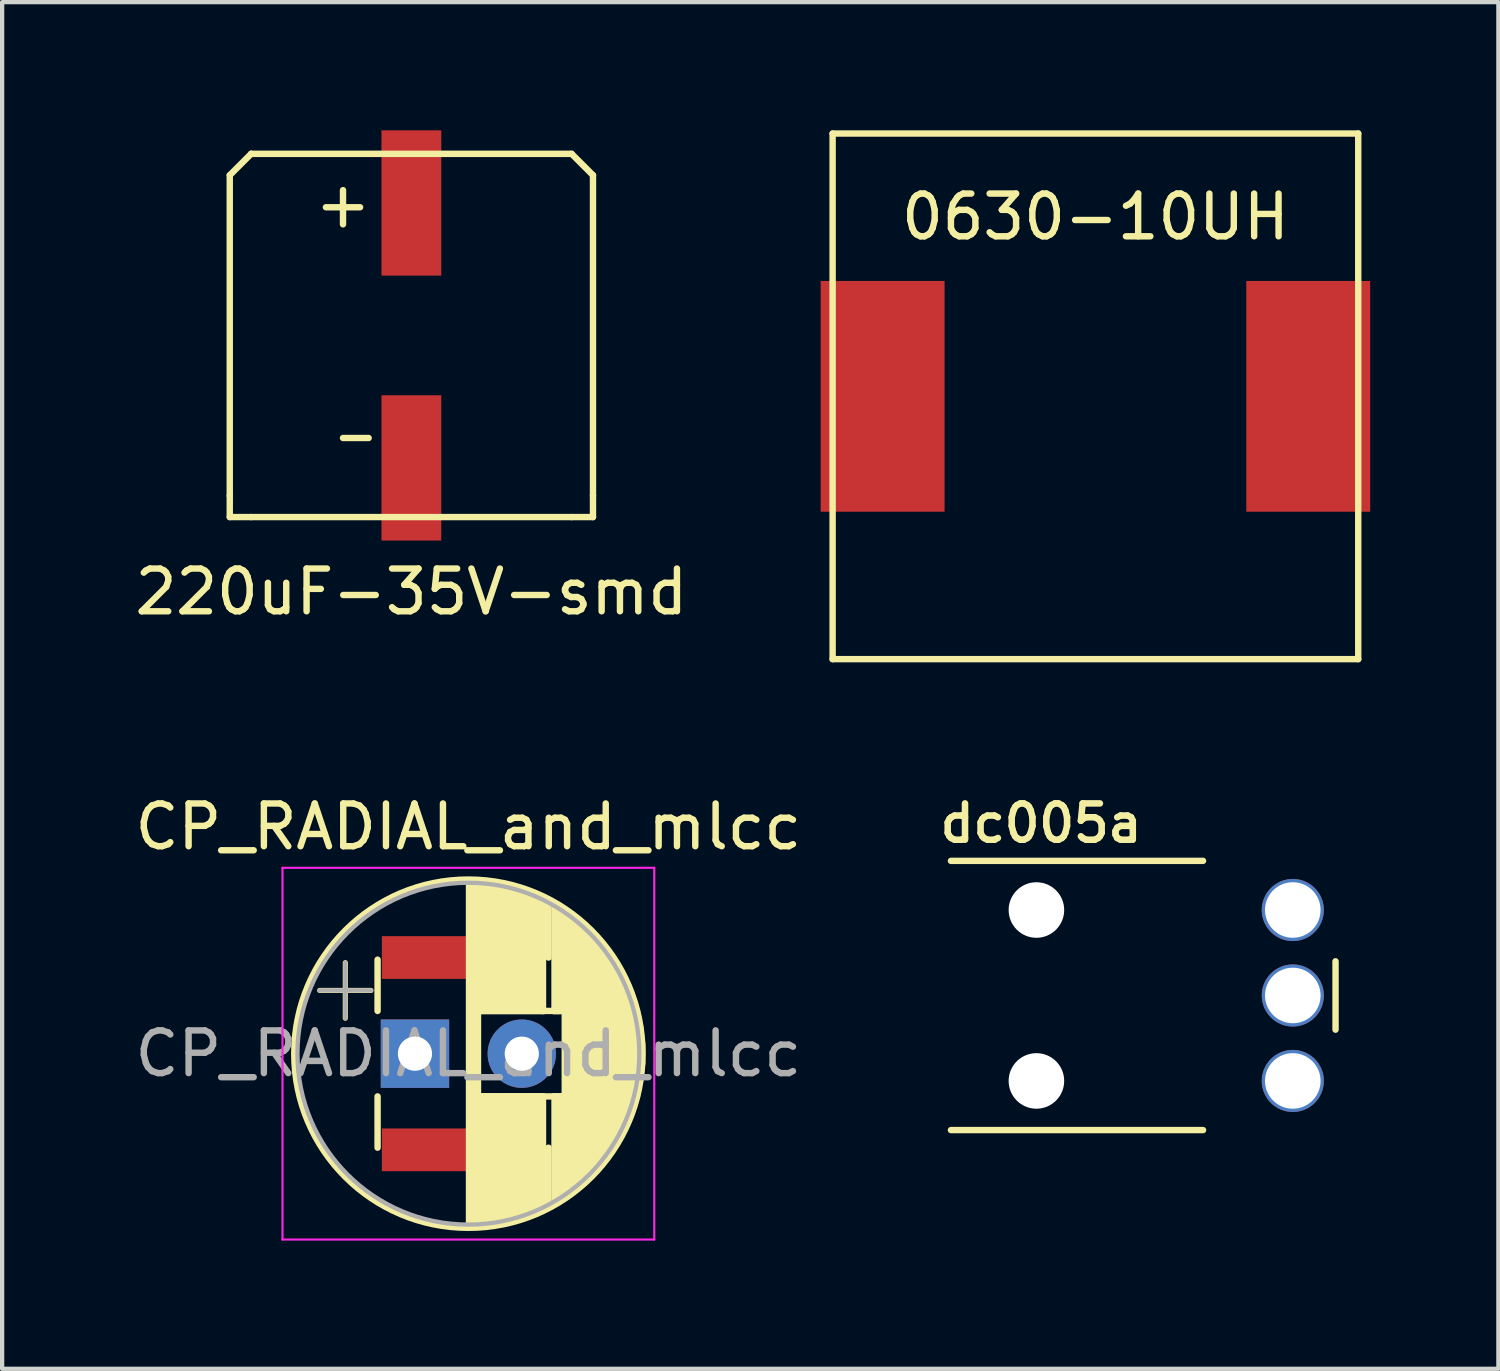
<source format=kicad_pcb>
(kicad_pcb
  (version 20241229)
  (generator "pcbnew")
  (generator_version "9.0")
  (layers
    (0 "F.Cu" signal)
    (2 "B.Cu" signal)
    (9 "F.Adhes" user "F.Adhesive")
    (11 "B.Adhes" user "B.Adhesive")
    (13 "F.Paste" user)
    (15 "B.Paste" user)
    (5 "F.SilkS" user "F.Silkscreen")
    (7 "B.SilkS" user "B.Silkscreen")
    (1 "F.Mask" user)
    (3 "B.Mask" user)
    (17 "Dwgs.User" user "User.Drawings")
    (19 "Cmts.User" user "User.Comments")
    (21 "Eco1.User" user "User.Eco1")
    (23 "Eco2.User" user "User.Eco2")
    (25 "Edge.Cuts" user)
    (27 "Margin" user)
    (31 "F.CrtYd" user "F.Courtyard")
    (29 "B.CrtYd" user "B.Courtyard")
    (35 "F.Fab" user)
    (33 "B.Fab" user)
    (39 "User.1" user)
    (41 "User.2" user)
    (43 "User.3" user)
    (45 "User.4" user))
  (footprint "dc005a"
    (layer "F.Cu")
    (at 21.204 22.246)
    (property "Reference" "dc005a" (at 0.11 -6.03 180) (layer "F.SilkS") (effects (font (size 0.85 0.85) (thickness 0.153))))
    (attr through_hole)
    (fp_line (start -2 -5.15) (end 3.9 -5.15) (stroke (width 0.15) (type solid)) (layer "F.SilkS"))
    (fp_line (start -2 1.15) (end 3.9 1.15) (stroke (width 0.15) (type solid)) (layer "F.SilkS"))
    (fp_line (start 7 -1.2) (end 7 -2.8) (stroke (width 0.15) (type solid)) (layer "F.SilkS"))
    (pad "" np_thru_hole circle (at 0 -4) (size 1.3 1.3) (drill 1.3) (layers "*.Cu" "*.Mask"))
    (pad "" np_thru_hole circle (at 0 0) (size 1.3 1.3) (drill 1.3) (layers "*.Cu" "*.Mask"))
    (pad "1" thru_hole circle (at 6 -2) (size 1.453 1.453) (drill 1.3) (layers "*.Cu" "*.Mask"))
    (pad "2" thru_hole circle (at 6 0) (size 1.453 1.453) (drill 1.3) (layers "*.Cu" "*.Mask"))
    (pad "3" thru_hole circle (at 6 -4) (size 1.453 1.453) (drill 1.3) (layers "*.Cu" "*.Mask")))
  (footprint "220uF-35V-smd"
    (layer "F.Cu")
    (at 6.577 4.8)
    (property "Reference" "220uF-35V-smd" (at 0 6 0) (layer "F.SilkS") (effects (font (size 1 1) (thickness 0.15))))
    (attr through_hole)
    (fp_line (start -4.25 -3.75) (end -4.25 3.75) (stroke (width 0.15) (type solid)) (layer "F.SilkS"))
    (fp_line (start -4.25 3.75) (end -4.25 4.25) (stroke (width 0.15) (type solid)) (layer "F.SilkS"))
    (fp_line (start -4.25 4.25) (end -3.75 4.25) (stroke (width 0.15) (type solid)) (layer "F.SilkS"))
    (fp_line (start -3.75 -4.25) (end -4.25 -3.75) (stroke (width 0.15) (type solid)) (layer "F.SilkS"))
    (fp_line (start -3.75 -4.25) (end -3.75 -4.25) (stroke (width 0.15) (type solid)) (layer "F.SilkS"))
    (fp_line (start -3.75 4.25) (end 3.75 4.25) (stroke (width 0.15) (type solid)) (layer "F.SilkS"))
    (fp_line (start -2 -3) (end -1.2 -3) (stroke (width 0.15) (type solid)) (layer "F.SilkS"))
    (fp_line (start -1.6 -3.4) (end -1.6 -2.6) (stroke (width 0.15) (type solid)) (layer "F.SilkS"))
    (fp_line (start -1.6 2.4) (end -1 2.4) (stroke (width 0.15) (type solid)) (layer "F.SilkS"))
    (fp_line (start 3.75 -4.25) (end -3.75 -4.25) (stroke (width 0.15) (type solid)) (layer "F.SilkS"))
    (fp_line (start 3.75 -4.25) (end 4.25 -3.75) (stroke (width 0.15) (type solid)) (layer "F.SilkS"))
    (fp_line (start 3.75 4.25) (end 4.25 4.25) (stroke (width 0.15) (type solid)) (layer "F.SilkS"))
    (fp_line (start 4.25 3.75) (end 4.25 -3.75) (stroke (width 0.15) (type solid)) (layer "F.SilkS"))
    (fp_line (start 4.25 4.25) (end 4.25 3.75) (stroke (width 0.15) (type solid)) (layer "F.SilkS"))
    (pad "1" smd rect (at 0 -3.1) (size 1.4 3.4) (layers "F.Cu" "F.Mask" "F.Paste"))
    (pad "2" smd rect (at 0 3.1) (size 1.4 3.4) (layers "F.Cu" "F.Mask" "F.Paste")))
  (footprint "CP_RADIAL_and_mlcc"
    (layer "F.Cu")
    (at 6.666 21.608)
    (property "Reference" "CP_RADIAL_and_mlcc" (at 1.245 -5.31 0) (layer "F.SilkS") (effects (font (size 1 1) (thickness 0.15))))
    (attr through_hole)
    (fp_line (start -2.235 -1.48) (end -1.035 -1.48) (stroke (width 0.12) (type solid)) (layer "F.SilkS"))
    (fp_line (start -1.635 -2.13) (end -1.635 -0.83) (stroke (width 0.12) (type solid)) (layer "F.SilkS"))
    (fp_line (start -0.88 -2.2) (end -0.88 -1) (stroke (width 0.15) (type solid)) (layer "F.SilkS"))
    (fp_line (start -0.88 1) (end -0.88 2.2) (stroke (width 0.15) (type solid)) (layer "F.SilkS"))
    (fp_line (start 1.245 -4.05) (end 1.245 4.05) (stroke (width 0.12) (type solid)) (layer "F.SilkS"))
    (fp_line (start 1.285 -4.05) (end 1.285 4.05) (stroke (width 0.12) (type solid)) (layer "F.SilkS"))
    (fp_line (start 1.325 -4.05) (end 1.325 4.05) (stroke (width 0.12) (type solid)) (layer "F.SilkS"))
    (fp_line (start 1.365 -4.049) (end 1.365 4.049) (stroke (width 0.12) (type solid)) (layer "F.SilkS"))
    (fp_line (start 1.405 -4.047) (end 1.405 4.047) (stroke (width 0.12) (type solid)) (layer "F.SilkS"))
    (fp_line (start 1.445 -4.046) (end 1.445 4.046) (stroke (width 0.12) (type solid)) (layer "F.SilkS"))
    (fp_line (start 1.485 -4.043) (end 1.485 4.043) (stroke (width 0.12) (type solid)) (layer "F.SilkS"))
    (fp_line (start 1.525 -4.041) (end 1.525 -0.98) (stroke (width 0.12) (type solid)) (layer "F.SilkS"))
    (fp_line (start 1.525 0.98) (end 1.525 4.041) (stroke (width 0.12) (type solid)) (layer "F.SilkS"))
    (fp_line (start 1.565 -4.038) (end 1.565 -0.98) (stroke (width 0.12) (type solid)) (layer "F.SilkS"))
    (fp_line (start 1.565 0.98) (end 1.565 4.038) (stroke (width 0.12) (type solid)) (layer "F.SilkS"))
    (fp_line (start 1.605 -4.035) (end 1.605 -0.98) (stroke (width 0.12) (type solid)) (layer "F.SilkS"))
    (fp_line (start 1.605 0.98) (end 1.605 4.035) (stroke (width 0.12) (type solid)) (layer "F.SilkS"))
    (fp_line (start 1.645 -4.031) (end 1.645 -0.98) (stroke (width 0.12) (type solid)) (layer "F.SilkS"))
    (fp_line (start 1.645 0.98) (end 1.645 4.031) (stroke (width 0.12) (type solid)) (layer "F.SilkS"))
    (fp_line (start 1.685 -4.027) (end 1.685 -0.98) (stroke (width 0.12) (type solid)) (layer "F.SilkS"))
    (fp_line (start 1.685 0.98) (end 1.685 4.027) (stroke (width 0.12) (type solid)) (layer "F.SilkS"))
    (fp_line (start 1.725 -4.022) (end 1.725 -0.98) (stroke (width 0.12) (type solid)) (layer "F.SilkS"))
    (fp_line (start 1.725 0.98) (end 1.725 4.022) (stroke (width 0.12) (type solid)) (layer "F.SilkS"))
    (fp_line (start 1.765 -4.017) (end 1.765 -0.98) (stroke (width 0.12) (type solid)) (layer "F.SilkS"))
    (fp_line (start 1.765 0.98) (end 1.765 4.017) (stroke (width 0.12) (type solid)) (layer "F.SilkS"))
    (fp_line (start 1.805 -4.012) (end 1.805 -0.98) (stroke (width 0.12) (type solid)) (layer "F.SilkS"))
    (fp_line (start 1.805 0.98) (end 1.805 4.012) (stroke (width 0.12) (type solid)) (layer "F.SilkS"))
    (fp_line (start 1.845 -4.006) (end 1.845 -0.98) (stroke (width 0.12) (type solid)) (layer "F.SilkS"))
    (fp_line (start 1.845 0.98) (end 1.845 4.006) (stroke (width 0.12) (type solid)) (layer "F.SilkS"))
    (fp_line (start 1.885 -4) (end 1.885 -0.98) (stroke (width 0.12) (type solid)) (layer "F.SilkS"))
    (fp_line (start 1.885 0.98) (end 1.885 4) (stroke (width 0.12) (type solid)) (layer "F.SilkS"))
    (fp_line (start 1.925 -3.994) (end 1.925 -0.98) (stroke (width 0.12) (type solid)) (layer "F.SilkS"))
    (fp_line (start 1.925 0.98) (end 1.925 3.994) (stroke (width 0.12) (type solid)) (layer "F.SilkS"))
    (fp_line (start 1.966 -3.987) (end 1.966 -0.98) (stroke (width 0.12) (type solid)) (layer "F.SilkS"))
    (fp_line (start 1.966 0.98) (end 1.966 3.987) (stroke (width 0.12) (type solid)) (layer "F.SilkS"))
    (fp_line (start 2.006 -3.979) (end 2.006 -0.98) (stroke (width 0.12) (type solid)) (layer "F.SilkS"))
    (fp_line (start 2.006 0.98) (end 2.006 3.979) (stroke (width 0.12) (type solid)) (layer "F.SilkS"))
    (fp_line (start 2.046 -3.971) (end 2.046 -0.98) (stroke (width 0.12) (type solid)) (layer "F.SilkS"))
    (fp_line (start 2.046 0.98) (end 2.046 3.971) (stroke (width 0.12) (type solid)) (layer "F.SilkS"))
    (fp_line (start 2.086 -3.963) (end 2.086 -0.98) (stroke (width 0.12) (type solid)) (layer "F.SilkS"))
    (fp_line (start 2.086 0.98) (end 2.086 3.963) (stroke (width 0.12) (type solid)) (layer "F.SilkS"))
    (fp_line (start 2.126 -3.955) (end 2.126 -0.98) (stroke (width 0.12) (type solid)) (layer "F.SilkS"))
    (fp_line (start 2.126 0.98) (end 2.126 3.955) (stroke (width 0.12) (type solid)) (layer "F.SilkS"))
    (fp_line (start 2.166 -3.946) (end 2.166 -0.98) (stroke (width 0.12) (type solid)) (layer "F.SilkS"))
    (fp_line (start 2.166 0.98) (end 2.166 3.946) (stroke (width 0.12) (type solid)) (layer "F.SilkS"))
    (fp_line (start 2.206 -3.936) (end 2.206 -0.98) (stroke (width 0.12) (type solid)) (layer "F.SilkS"))
    (fp_line (start 2.206 0.98) (end 2.206 3.936) (stroke (width 0.12) (type solid)) (layer "F.SilkS"))
    (fp_line (start 2.246 -3.926) (end 2.246 -0.98) (stroke (width 0.12) (type solid)) (layer "F.SilkS"))
    (fp_line (start 2.246 0.98) (end 2.246 3.926) (stroke (width 0.12) (type solid)) (layer "F.SilkS"))
    (fp_line (start 2.286 -3.916) (end 2.286 -0.98) (stroke (width 0.12) (type solid)) (layer "F.SilkS"))
    (fp_line (start 2.286 0.98) (end 2.286 3.916) (stroke (width 0.12) (type solid)) (layer "F.SilkS"))
    (fp_line (start 2.326 -3.905) (end 2.326 -0.98) (stroke (width 0.12) (type solid)) (layer "F.SilkS"))
    (fp_line (start 2.326 0.98) (end 2.326 3.905) (stroke (width 0.12) (type solid)) (layer "F.SilkS"))
    (fp_line (start 2.366 -3.894) (end 2.366 -0.98) (stroke (width 0.12) (type solid)) (layer "F.SilkS"))
    (fp_line (start 2.366 0.98) (end 2.366 3.894) (stroke (width 0.12) (type solid)) (layer "F.SilkS"))
    (fp_line (start 2.406 -3.883) (end 2.406 -0.98) (stroke (width 0.12) (type solid)) (layer "F.SilkS"))
    (fp_line (start 2.406 0.98) (end 2.406 3.883) (stroke (width 0.12) (type solid)) (layer "F.SilkS"))
    (fp_line (start 2.446 -3.87) (end 2.446 -0.98) (stroke (width 0.12) (type solid)) (layer "F.SilkS"))
    (fp_line (start 2.446 0.98) (end 2.446 3.87) (stroke (width 0.12) (type solid)) (layer "F.SilkS"))
    (fp_line (start 2.486 -3.858) (end 2.486 -0.98) (stroke (width 0.12) (type solid)) (layer "F.SilkS"))
    (fp_line (start 2.486 0.98) (end 2.486 3.858) (stroke (width 0.12) (type solid)) (layer "F.SilkS"))
    (fp_line (start 2.526 -3.845) (end 2.526 -0.98) (stroke (width 0.12) (type solid)) (layer "F.SilkS"))
    (fp_line (start 2.526 0.98) (end 2.526 3.845) (stroke (width 0.12) (type solid)) (layer "F.SilkS"))
    (fp_line (start 2.566 -3.832) (end 2.566 -0.98) (stroke (width 0.12) (type solid)) (layer "F.SilkS"))
    (fp_line (start 2.566 0.98) (end 2.566 3.832) (stroke (width 0.12) (type solid)) (layer "F.SilkS"))
    (fp_line (start 2.606 -3.818) (end 2.606 -0.98) (stroke (width 0.12) (type solid)) (layer "F.SilkS"))
    (fp_line (start 2.606 0.98) (end 2.606 3.818) (stroke (width 0.12) (type solid)) (layer "F.SilkS"))
    (fp_line (start 2.646 -3.803) (end 2.646 -0.98) (stroke (width 0.12) (type solid)) (layer "F.SilkS"))
    (fp_line (start 2.646 0.98) (end 2.646 3.803) (stroke (width 0.12) (type solid)) (layer "F.SilkS"))
    (fp_line (start 2.686 -3.789) (end 2.686 -0.98) (stroke (width 0.12) (type solid)) (layer "F.SilkS"))
    (fp_line (start 2.686 0.98) (end 2.686 3.789) (stroke (width 0.12) (type solid)) (layer "F.SilkS"))
    (fp_line (start 2.726 -3.773) (end 2.726 -0.98) (stroke (width 0.12) (type solid)) (layer "F.SilkS"))
    (fp_line (start 2.726 0.98) (end 2.726 3.773) (stroke (width 0.12) (type solid)) (layer "F.SilkS"))
    (fp_line (start 2.766 -3.758) (end 2.766 -0.98) (stroke (width 0.12) (type solid)) (layer "F.SilkS"))
    (fp_line (start 2.766 0.98) (end 2.766 3.758) (stroke (width 0.12) (type solid)) (layer "F.SilkS"))
    (fp_line (start 2.806 -3.741) (end 2.806 -0.98) (stroke (width 0.12) (type solid)) (layer "F.SilkS"))
    (fp_line (start 2.806 0.98) (end 2.806 3.741) (stroke (width 0.12) (type solid)) (layer "F.SilkS"))
    (fp_line (start 2.846 -3.725) (end 2.846 -0.98) (stroke (width 0.12) (type solid)) (layer "F.SilkS"))
    (fp_line (start 2.846 0.98) (end 2.846 3.725) (stroke (width 0.12) (type solid)) (layer "F.SilkS"))
    (fp_line (start 2.886 -3.707) (end 2.886 -0.98) (stroke (width 0.12) (type solid)) (layer "F.SilkS"))
    (fp_line (start 2.886 0.98) (end 2.886 3.707) (stroke (width 0.12) (type solid)) (layer "F.SilkS"))
    (fp_line (start 2.926 -3.69) (end 2.926 -0.98) (stroke (width 0.12) (type solid)) (layer "F.SilkS"))
    (fp_line (start 2.926 0.98) (end 2.926 3.69) (stroke (width 0.12) (type solid)) (layer "F.SilkS"))
    (fp_line (start 2.966 -3.671) (end 2.966 -0.98) (stroke (width 0.12) (type solid)) (layer "F.SilkS"))
    (fp_line (start 2.966 0.98) (end 2.966 3.671) (stroke (width 0.12) (type solid)) (layer "F.SilkS"))
    (fp_line (start 2.97 1) (end 3.27 1) (stroke (width 0.15) (type solid)) (layer "F.SilkS"))
    (fp_line (start 2.98 -1) (end 3.37 -1) (stroke (width 0.15) (type solid)) (layer "F.SilkS"))
    (fp_line (start 3.006 -3.652) (end 3.006 -0.98) (stroke (width 0.12) (type solid)) (layer "F.SilkS"))
    (fp_line (start 3.006 0.98) (end 3.006 3.652) (stroke (width 0.12) (type solid)) (layer "F.SilkS"))
    (fp_line (start 3.12 -3.6) (end 3.12 -2.25) (stroke (width 0.15) (type solid)) (layer "F.SilkS"))
    (fp_line (start 3.12 3.6) (end 3.12 2.2) (stroke (width 0.15) (type solid)) (layer "F.SilkS"))
    (fp_line (start 3.246 -3.528) (end 3.246 -0.98) (stroke (width 0.12) (type solid)) (layer "F.SilkS"))
    (fp_line (start 3.246 0.98) (end 3.246 3.528) (stroke (width 0.12) (type solid)) (layer "F.SilkS"))
    (fp_line (start 3.286 -3.505) (end 3.286 -0.98) (stroke (width 0.12) (type solid)) (layer "F.SilkS"))
    (fp_line (start 3.286 0.98) (end 3.286 3.505) (stroke (width 0.12) (type solid)) (layer "F.SilkS"))
    (fp_line (start 3.326 -3.482) (end 3.326 -0.98) (stroke (width 0.12) (type solid)) (layer "F.SilkS"))
    (fp_line (start 3.326 0.98) (end 3.326 3.482) (stroke (width 0.12) (type solid)) (layer "F.SilkS"))
    (fp_line (start 3.366 -3.458) (end 3.366 -0.98) (stroke (width 0.12) (type solid)) (layer "F.SilkS"))
    (fp_line (start 3.366 0.98) (end 3.366 3.458) (stroke (width 0.12) (type solid)) (layer "F.SilkS"))
    (fp_line (start 3.406 -3.434) (end 3.406 -0.98) (stroke (width 0.12) (type solid)) (layer "F.SilkS"))
    (fp_line (start 3.406 0.98) (end 3.406 3.434) (stroke (width 0.12) (type solid)) (layer "F.SilkS"))
    (fp_line (start 3.446 -3.408) (end 3.446 -0.98) (stroke (width 0.12) (type solid)) (layer "F.SilkS"))
    (fp_line (start 3.446 0.98) (end 3.446 3.408) (stroke (width 0.12) (type solid)) (layer "F.SilkS"))
    (fp_line (start 3.486 -3.383) (end 3.486 3.383) (stroke (width 0.12) (type solid)) (layer "F.SilkS"))
    (fp_line (start 3.526 -3.356) (end 3.526 3.356) (stroke (width 0.12) (type solid)) (layer "F.SilkS"))
    (fp_line (start 3.566 -3.329) (end 3.566 3.329) (stroke (width 0.12) (type solid)) (layer "F.SilkS"))
    (fp_line (start 3.606 -3.301) (end 3.606 3.301) (stroke (width 0.12) (type solid)) (layer "F.SilkS"))
    (fp_line (start 3.646 -3.272) (end 3.646 3.272) (stroke (width 0.12) (type solid)) (layer "F.SilkS"))
    (fp_line (start 3.686 -3.243) (end 3.686 3.243) (stroke (width 0.12) (type solid)) (layer "F.SilkS"))
    (fp_line (start 3.726 -3.213) (end 3.726 3.213) (stroke (width 0.12) (type solid)) (layer "F.SilkS"))
    (fp_line (start 3.766 -3.182) (end 3.766 3.182) (stroke (width 0.12) (type solid)) (layer "F.SilkS"))
    (fp_line (start 3.806 -3.15) (end 3.806 3.15) (stroke (width 0.12) (type solid)) (layer "F.SilkS"))
    (fp_line (start 3.846 -3.118) (end 3.846 3.118) (stroke (width 0.12) (type solid)) (layer "F.SilkS"))
    (fp_line (start 3.886 -3.084) (end 3.886 3.084) (stroke (width 0.12) (type solid)) (layer "F.SilkS"))
    (fp_line (start 3.926 -3.05) (end 3.926 3.05) (stroke (width 0.12) (type solid)) (layer "F.SilkS"))
    (fp_line (start 3.966 -3.015) (end 3.966 3.015) (stroke (width 0.12) (type solid)) (layer "F.SilkS"))
    (fp_line (start 4.006 -2.979) (end 4.006 2.979) (stroke (width 0.12) (type solid)) (layer "F.SilkS"))
    (fp_line (start 4.046 -2.942) (end 4.046 2.942) (stroke (width 0.12) (type solid)) (layer "F.SilkS"))
    (fp_line (start 4.086 -2.904) (end 4.086 2.904) (stroke (width 0.12) (type solid)) (layer "F.SilkS"))
    (fp_line (start 4.126 -2.865) (end 4.126 2.865) (stroke (width 0.12) (type solid)) (layer "F.SilkS"))
    (fp_line (start 4.166 -2.824) (end 4.166 2.824) (stroke (width 0.12) (type solid)) (layer "F.SilkS"))
    (fp_line (start 4.206 -2.783) (end 4.206 2.783) (stroke (width 0.12) (type solid)) (layer "F.SilkS"))
    (fp_line (start 4.246 -2.74) (end 4.246 2.74) (stroke (width 0.12) (type solid)) (layer "F.SilkS"))
    (fp_line (start 4.286 -2.697) (end 4.286 2.697) (stroke (width 0.12) (type solid)) (layer "F.SilkS"))
    (fp_line (start 4.326 -2.652) (end 4.326 2.652) (stroke (width 0.12) (type solid)) (layer "F.SilkS"))
    (fp_line (start 4.366 -2.605) (end 4.366 2.605) (stroke (width 0.12) (type solid)) (layer "F.SilkS"))
    (fp_line (start 4.406 -2.557) (end 4.406 2.557) (stroke (width 0.12) (type solid)) (layer "F.SilkS"))
    (fp_line (start 4.446 -2.508) (end 4.446 2.508) (stroke (width 0.12) (type solid)) (layer "F.SilkS"))
    (fp_line (start 4.486 -2.457) (end 4.486 2.457) (stroke (width 0.12) (type solid)) (layer "F.SilkS"))
    (fp_line (start 4.526 -2.404) (end 4.526 2.404) (stroke (width 0.12) (type solid)) (layer "F.SilkS"))
    (fp_line (start 4.566 -2.349) (end 4.566 2.349) (stroke (width 0.12) (type solid)) (layer "F.SilkS"))
    (fp_line (start 4.606 -2.293) (end 4.606 2.293) (stroke (width 0.12) (type solid)) (layer "F.SilkS"))
    (fp_line (start 4.646 -2.234) (end 4.646 2.234) (stroke (width 0.12) (type solid)) (layer "F.SilkS"))
    (fp_line (start 4.686 -2.173) (end 4.686 2.173) (stroke (width 0.12) (type solid)) (layer "F.SilkS"))
    (fp_line (start 4.726 -2.109) (end 4.726 2.109) (stroke (width 0.12) (type solid)) (layer "F.SilkS"))
    (fp_line (start 4.766 -2.043) (end 4.766 2.043) (stroke (width 0.12) (type solid)) (layer "F.SilkS"))
    (fp_line (start 4.806 -1.974) (end 4.806 1.974) (stroke (width 0.12) (type solid)) (layer "F.SilkS"))
    (fp_line (start 4.846 -1.902) (end 4.846 1.902) (stroke (width 0.12) (type solid)) (layer "F.SilkS"))
    (fp_line (start 4.886 -1.826) (end 4.886 1.826) (stroke (width 0.12) (type solid)) (layer "F.SilkS"))
    (fp_line (start 4.926 -1.745) (end 4.926 1.745) (stroke (width 0.12) (type solid)) (layer "F.SilkS"))
    (fp_line (start 4.966 -1.66) (end 4.966 1.66) (stroke (width 0.12) (type solid)) (layer "F.SilkS"))
    (fp_line (start 5.006 -1.57) (end 5.006 1.57) (stroke (width 0.12) (type solid)) (layer "F.SilkS"))
    (fp_line (start 5.046 -1.473) (end 5.046 1.473) (stroke (width 0.12) (type solid)) (layer "F.SilkS"))
    (fp_line (start 5.086 -1.369) (end 5.086 1.369) (stroke (width 0.12) (type solid)) (layer "F.SilkS"))
    (fp_line (start 5.126 -1.254) (end 5.126 1.254) (stroke (width 0.12) (type solid)) (layer "F.SilkS"))
    (fp_line (start 5.166 -1.127) (end 5.166 1.127) (stroke (width 0.12) (type solid)) (layer "F.SilkS"))
    (fp_line (start 5.206 -0.983) (end 5.206 0.983) (stroke (width 0.12) (type solid)) (layer "F.SilkS"))
    (fp_line (start 5.246 -0.814) (end 5.246 0.814) (stroke (width 0.12) (type solid)) (layer "F.SilkS"))
    (fp_line (start 5.286 -0.598) (end 5.286 0.598) (stroke (width 0.12) (type solid)) (layer "F.SilkS"))
    (fp_line (start 5.326 -0.246) (end 5.326 0.246) (stroke (width 0.12) (type solid)) (layer "F.SilkS"))
    (fp_circle (center 1.245 0) (end 5.335 0) (stroke (width 0.12) (type solid)) (fill no) (layer "F.SilkS"))
    (fp_line (start -3.105 -4.35) (end -3.105 4.35) (stroke (width 0.05) (type solid)) (layer "F.CrtYd"))
    (fp_line (start -3.105 4.35) (end 5.595 4.35) (stroke (width 0.05) (type solid)) (layer "F.CrtYd"))
    (fp_line (start 5.595 -4.35) (end -3.105 -4.35) (stroke (width 0.05) (type solid)) (layer "F.CrtYd"))
    (fp_line (start 5.595 4.35) (end 5.595 -4.35) (stroke (width 0.05) (type solid)) (layer "F.CrtYd"))
    (fp_line (start -2.235 -1.48) (end -1.035 -1.48) (stroke (width 0.1) (type solid)) (layer "F.Fab"))
    (fp_line (start -1.635 -2.13) (end -1.635 -0.83) (stroke (width 0.1) (type solid)) (layer "F.Fab"))
    (fp_circle (center 1.245 0) (end 5.245 0) (stroke (width 0.1) (type solid)) (fill no) (layer "F.Fab"))
    (fp_text user "${REFERENCE}" (at 1.245 0 0) (layer "F.Fab") (effects (font (size 1 1) (thickness 0.15))))
    (pad "1" thru_hole rect (at -0.005 0) (size 1.6 1.6) (drill 0.8) (layers "*.Cu" "*.Mask"))
    (pad "1" smd rect (at 1.12 -2.25) (size 3.8 1) (layers "F.Cu" "F.Mask" "F.Paste"))
    (pad "2" smd rect (at 1.12 2.25) (size 3.8 1) (layers "F.Cu" "F.Mask" "F.Paste"))
    (pad "2" thru_hole circle (at 2.495 0) (size 1.6 1.6) (drill 0.8) (layers "*.Cu" "*.Mask")))
  (footprint "0630-10UH"
    (placed yes)
    (layer "F.Cu")
    (at 22.585 6.225)
    (property "Reference" "0630-10UH" (at 0 -4.2 0) (layer "F.SilkS") (effects (font (size 1 1) (thickness 0.15))))
    (attr through_hole)
    (fp_line (start -6.15 -6.15) (end -6.15 6.15) (stroke (width 0.15) (type solid)) (layer "F.SilkS"))
    (fp_line (start -6.15 6.15) (end 6.15 6.15) (stroke (width 0.15) (type solid)) (layer "F.SilkS"))
    (fp_line (start 6.15 -6.15) (end -6.15 -6.15) (stroke (width 0.15) (type solid)) (layer "F.SilkS"))
    (fp_line (start 6.15 6.15) (end 6.15 -6.15) (stroke (width 0.15) (type solid)) (layer "F.SilkS"))
    (pad "1" smd rect (at -4.98 0) (size 2.9 5.4) (layers "F.Cu" "F.Mask" "F.Paste"))
    (pad "2" smd rect (at 4.98 0) (size 2.9 5.4) (layers "F.Cu" "F.Mask" "F.Paste")))
  (gr_rect
    (start -3 -3)
    (end 32.015 28.983)
    (stroke (width 0.1) (type default))
    (fill no)
    (layer "Edge.Cuts")))
</source>
